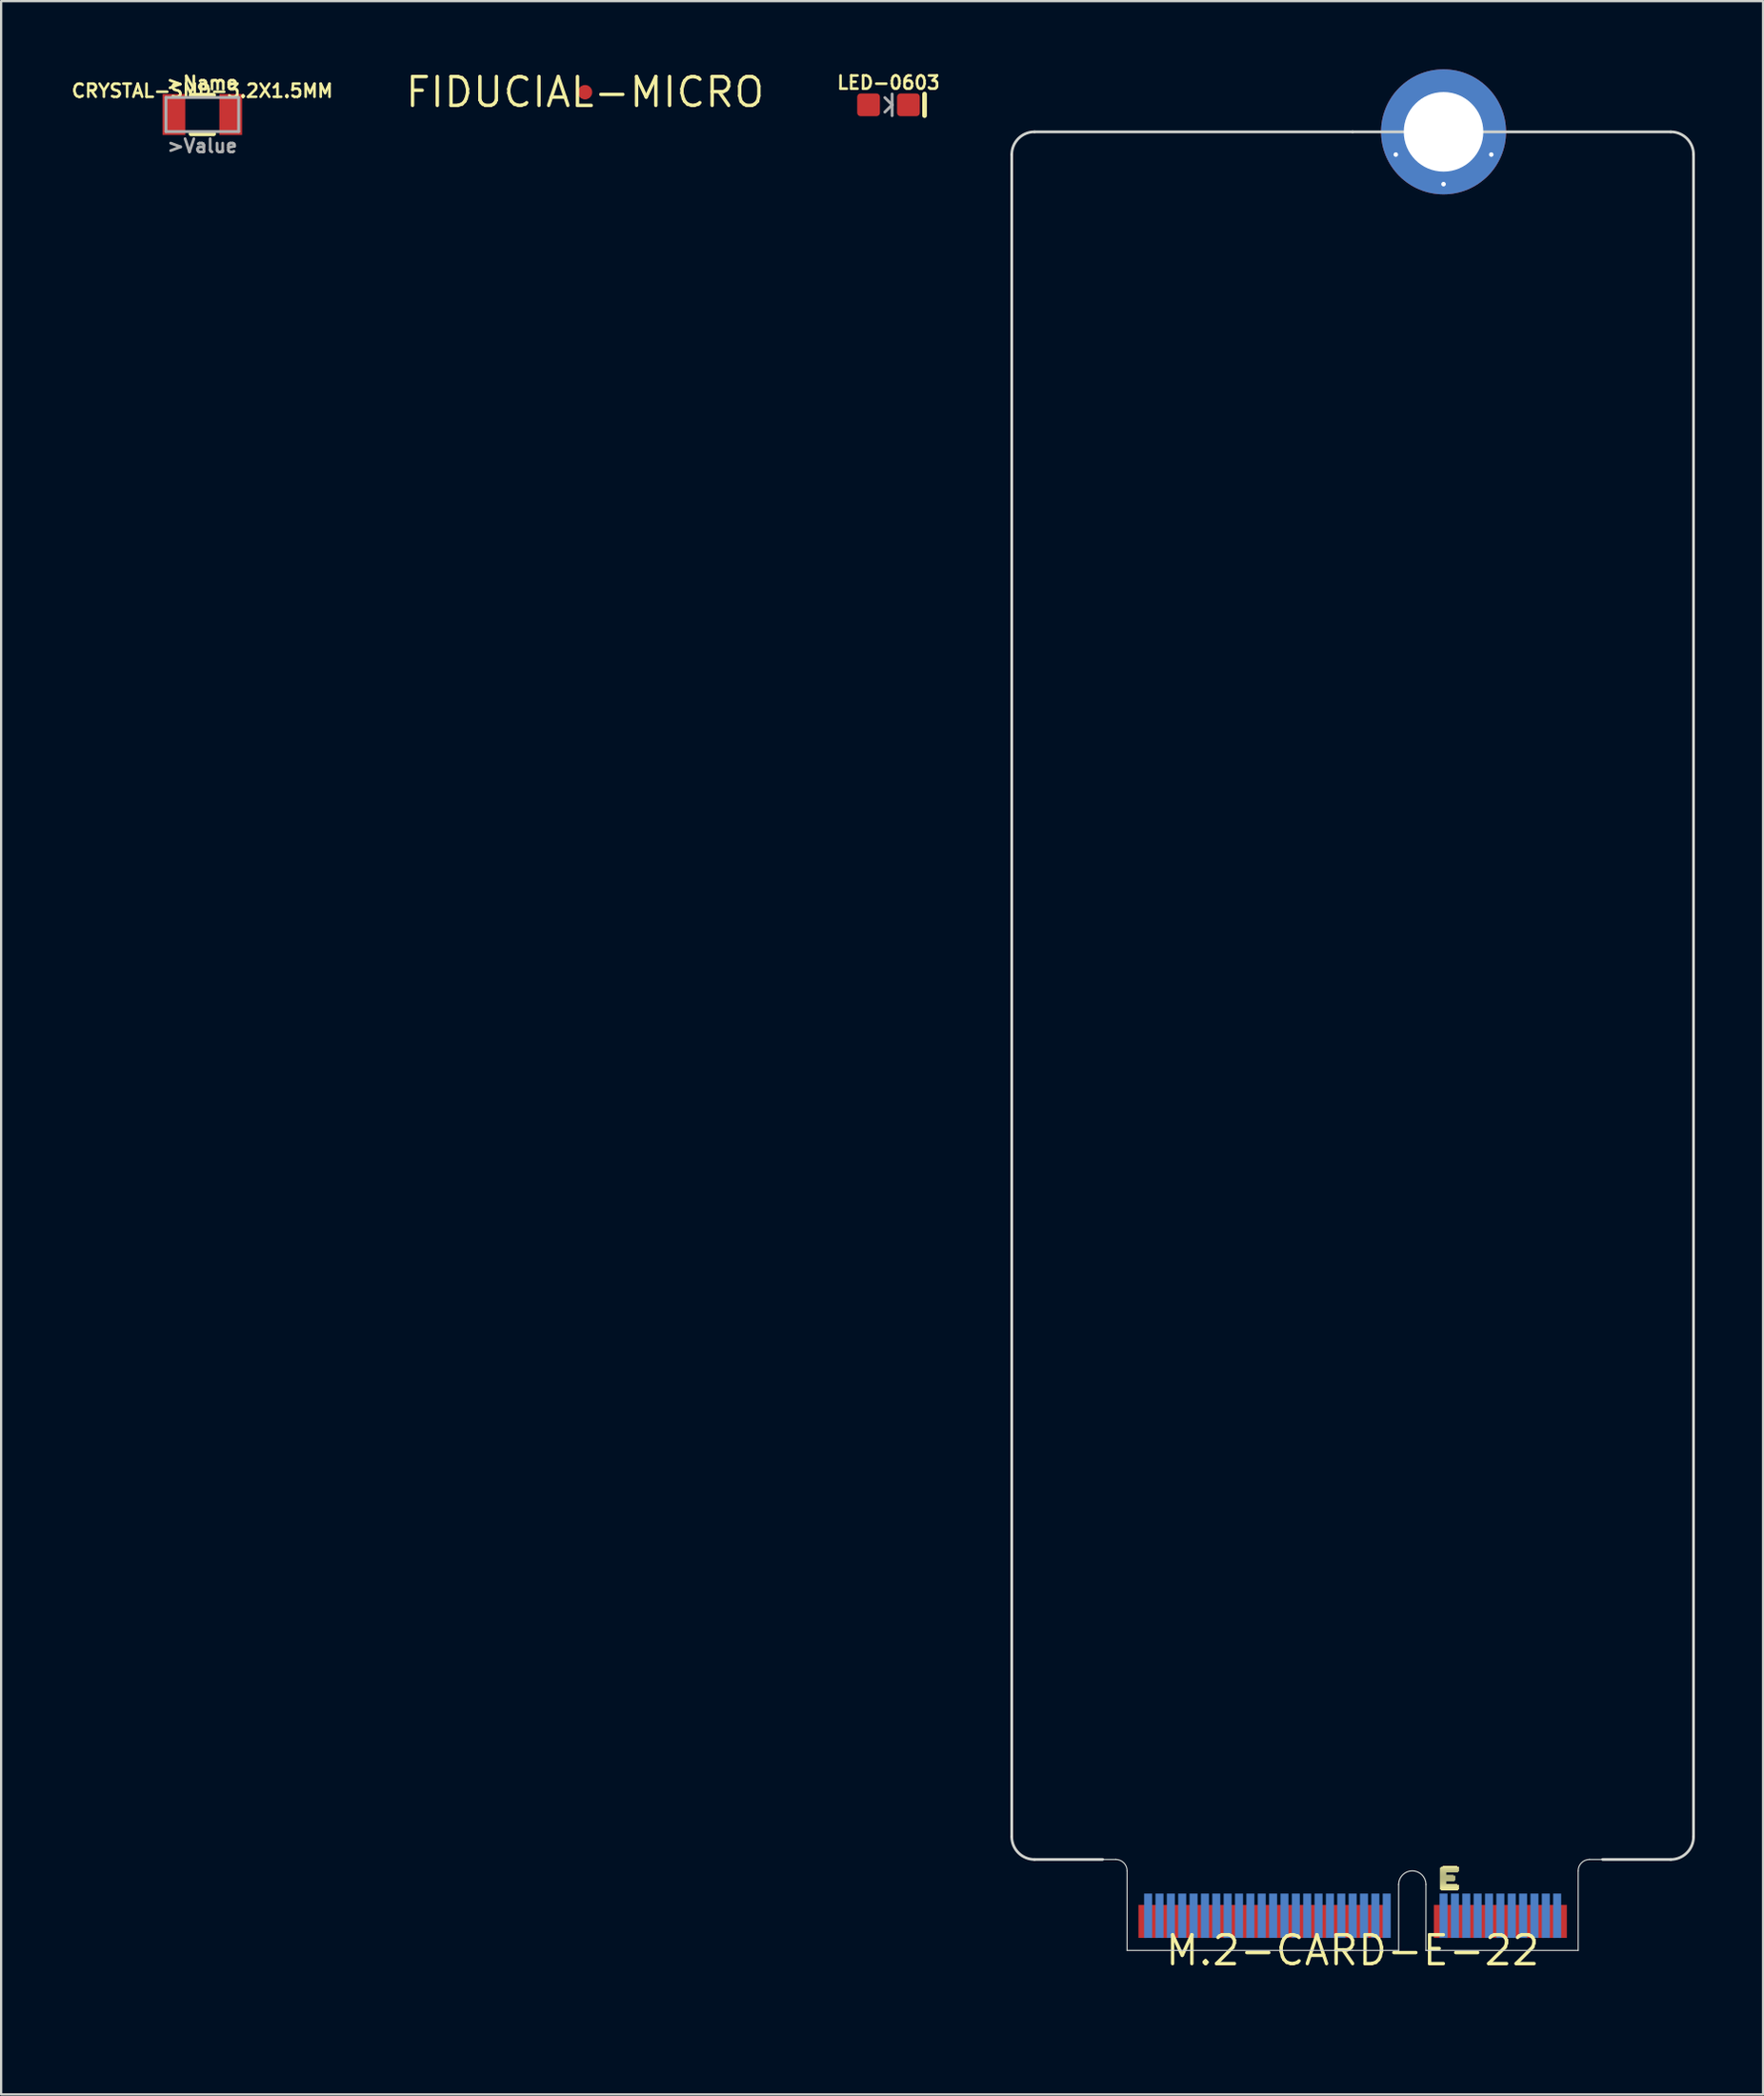
<source format=kicad_pcb>
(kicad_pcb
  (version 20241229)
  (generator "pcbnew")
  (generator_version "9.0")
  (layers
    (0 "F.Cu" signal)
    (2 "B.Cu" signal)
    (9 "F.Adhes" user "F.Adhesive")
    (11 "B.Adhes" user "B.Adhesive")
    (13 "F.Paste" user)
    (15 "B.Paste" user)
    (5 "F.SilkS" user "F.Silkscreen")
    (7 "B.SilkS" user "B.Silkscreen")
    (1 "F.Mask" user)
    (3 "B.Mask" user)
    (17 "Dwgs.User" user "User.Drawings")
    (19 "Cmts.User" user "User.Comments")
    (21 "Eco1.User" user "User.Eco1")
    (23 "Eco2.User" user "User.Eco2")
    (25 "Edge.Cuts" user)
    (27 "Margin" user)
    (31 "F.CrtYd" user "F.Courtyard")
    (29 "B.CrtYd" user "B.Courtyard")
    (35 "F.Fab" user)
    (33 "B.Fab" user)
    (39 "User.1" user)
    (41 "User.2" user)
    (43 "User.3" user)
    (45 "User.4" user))
  (footprint "CRYSTAL-SMD-3.2X1.5MM"
    (layer "F.Cu")
    (at 5.852 1.988)
    (property "Reference" "CRYSTAL-SMD-3.2X1.5MM" (at 0 -1.043 0) (layer "F.SilkS") (effects (font (size 0.579 0.579) (thickness 0.116))))
    (attr through_hole)
    (fp_line (start -0.5 -0.85) (end 0.5 -0.85) (stroke (width 0.203) (type solid)) (layer "F.SilkS"))
    (fp_line (start 0.5 0.85) (end -0.5 0.85) (stroke (width 0.203) (type solid)) (layer "F.SilkS"))
    (fp_line (start -1.6 -0.75) (end 1.6 -0.75) (stroke (width 0.127) (type solid)) (layer "F.Fab"))
    (fp_line (start -1.6 0.75) (end -1.6 -0.75) (stroke (width 0.127) (type solid)) (layer "F.Fab"))
    (fp_line (start 1.6 -0.75) (end 1.6 0.75) (stroke (width 0.127) (type solid)) (layer "F.Fab"))
    (fp_line (start 1.6 0.75) (end -1.6 0.75) (stroke (width 0.127) (type solid)) (layer "F.Fab"))
    (fp_text user ">Name" (at 0 -1.043 0) (layer "F.SilkS") (effects (font (size 0.579 0.579) (thickness 0.122)) (justify bottom)))
    (fp_text user ">Value" (at 0 1.043 0) (layer "F.Fab") (effects (font (size 0.579 0.579) (thickness 0.122)) (justify top)))
    (pad "P$1" smd rect (at -1.25 0) (size 1 1.8) (layers "F.Cu" "F.Mask" "F.Paste"))
    (pad "P$2" smd rect (at 1.25 0) (size 1 1.8) (layers "F.Cu" "F.Mask" "F.Paste")))
  (footprint "LED-0603"
    (layer "F.Cu")
    (at 36.047 1.562)
    (property "Reference" "LED-0603" (at 0 -0.635 0) (layer "F.SilkS") (effects (font (size 0.579 0.579) (thickness 0.116)) (justify bottom)))
    (attr through_hole)
    (fp_line (start 1.587 -0.476) (end 1.587 0.476) (stroke (width 0.203) (type solid)) (layer "F.SilkS"))
    (fp_line (start 0.159 -0.476) (end 0.159 0) (stroke (width 0.127) (type solid)) (layer "F.Fab"))
    (fp_line (start 0.159 0) (end -0.159 -0.318) (stroke (width 0.127) (type solid)) (layer "F.Fab"))
    (fp_line (start 0.159 0) (end -0.159 0.318) (stroke (width 0.127) (type solid)) (layer "F.Fab"))
    (fp_line (start 0.159 0) (end 0.159 0.476) (stroke (width 0.127) (type solid)) (layer "F.Fab"))
    (pad "A" smd roundrect (at -0.877 0 270) (size 1 1) (layers "F.Cu" "F.Mask" "F.Paste") (roundrect_rratio 0.15))
    (pad "C" smd roundrect (at 0.877 0 270) (size 1 1) (layers "F.Cu" "F.Mask" "F.Paste") (roundrect_rratio 0.15)))
  (footprint "FIDUCIAL-MICRO"
    (layer "F.Cu")
    (at 22.694 1.006)
    (property "Reference" "FIDUCIAL-MICRO" (at 0 0 0) (layer "F.SilkS") (effects (font (size 1.27 1.27) (thickness 0.15))))
    (attr through_hole)
    (pad "1" smd roundrect (at 0 0) (size 0.635 0.635) (layers "F.Cu" "F.Mask") (roundrect_rratio 0.5)))
  (footprint "M.2-CARD-E-22"
    (layer "F.Cu")
    (at 56.471 82.75)
    (property "Reference" "M.2-CARD-E-22" (at 0 0 0) (layer "F.SilkS") (effects (font (size 1.27 1.27) (thickness 0.15))))
    (attr through_hole)
    (fp_poly (pts (xy -9.925 0) (xy 2.025 0) (xy 2.025 -2) (xy -9.925 -2)) (stroke (width 0.1) (type solid)) (fill yes) (layer "F.Mask"))
    (fp_poly (pts (xy 3.225 0) (xy 9.925 0) (xy 9.925 -2) (xy 3.225 -2)) (stroke (width 0.1) (type solid)) (fill yes) (layer "F.Mask"))
    (fp_poly (pts (xy -9.925 0) (xy 2.025 0) (xy 2.025 -2.5) (xy -9.925 -2.5)) (stroke (width 0.1) (type solid)) (fill yes) (layer "B.Mask"))
    (fp_poly (pts (xy 3.225 0) (xy 9.925 0) (xy 9.925 -2.5) (xy 3.225 -2.5)) (stroke (width 0.1) (type solid)) (fill yes) (layer "B.Mask"))
    (fp_poly (pts (xy 3.841 -3.6) (xy 4.681 -3.6) (xy 4.681 -3.64) (xy 3.841 -3.64)) (stroke (width 0) (type solid)) (fill yes) (layer "F.SilkS"))
    (fp_poly (pts (xy 3.841 -3.56) (xy 4.681 -3.56) (xy 4.681 -3.6) (xy 3.841 -3.6)) (stroke (width 0) (type solid)) (fill yes) (layer "F.SilkS"))
    (fp_poly (pts (xy 3.841 -3.52) (xy 4.681 -3.52) (xy 4.681 -3.56) (xy 3.841 -3.56)) (stroke (width 0) (type solid)) (fill yes) (layer "F.SilkS"))
    (fp_poly (pts (xy 3.841 -3.48) (xy 4.681 -3.48) (xy 4.681 -3.52) (xy 3.841 -3.52)) (stroke (width 0) (type solid)) (fill yes) (layer "F.SilkS"))
    (fp_poly (pts (xy 3.841 -3.44) (xy 4.641 -3.44) (xy 4.641 -3.48) (xy 3.841 -3.48)) (stroke (width 0) (type solid)) (fill yes) (layer "F.SilkS"))
    (fp_poly (pts (xy 3.841 -3.4) (xy 4.121 -3.4) (xy 4.121 -3.44) (xy 3.841 -3.44)) (stroke (width 0) (type solid)) (fill yes) (layer "F.SilkS"))
    (fp_poly (pts (xy 3.841 -3.36) (xy 4.121 -3.36) (xy 4.121 -3.4) (xy 3.841 -3.4)) (stroke (width 0) (type solid)) (fill yes) (layer "F.SilkS"))
    (fp_poly (pts (xy 3.841 -3.32) (xy 4.121 -3.32) (xy 4.121 -3.36) (xy 3.841 -3.36)) (stroke (width 0) (type solid)) (fill yes) (layer "F.SilkS"))
    (fp_poly (pts (xy 3.841 -3.28) (xy 4.441 -3.28) (xy 4.441 -3.32) (xy 3.841 -3.32)) (stroke (width 0) (type solid)) (fill yes) (layer "F.SilkS"))
    (fp_poly (pts (xy 3.841 -3.24) (xy 4.521 -3.24) (xy 4.521 -3.28) (xy 3.841 -3.28)) (stroke (width 0) (type solid)) (fill yes) (layer "F.SilkS"))
    (fp_poly (pts (xy 3.841 -3.2) (xy 4.521 -3.2) (xy 4.521 -3.24) (xy 3.841 -3.24)) (stroke (width 0) (type solid)) (fill yes) (layer "F.SilkS"))
    (fp_poly (pts (xy 3.841 -3.16) (xy 4.521 -3.16) (xy 4.521 -3.2) (xy 3.841 -3.2)) (stroke (width 0) (type solid)) (fill yes) (layer "F.SilkS"))
    (fp_poly (pts (xy 3.841 -3.12) (xy 4.521 -3.12) (xy 4.521 -3.16) (xy 3.841 -3.16)) (stroke (width 0) (type solid)) (fill yes) (layer "F.SilkS"))
    (fp_poly (pts (xy 3.841 -3.08) (xy 4.521 -3.08) (xy 4.521 -3.12) (xy 3.841 -3.12)) (stroke (width 0) (type solid)) (fill yes) (layer "F.SilkS"))
    (fp_poly (pts (xy 3.841 -3.04) (xy 4.481 -3.04) (xy 4.481 -3.08) (xy 3.841 -3.08)) (stroke (width 0) (type solid)) (fill yes) (layer "F.SilkS"))
    (fp_poly (pts (xy 3.841 -3) (xy 4.121 -3) (xy 4.121 -3.04) (xy 3.841 -3.04)) (stroke (width 0) (type solid)) (fill yes) (layer "F.SilkS"))
    (fp_poly (pts (xy 3.841 -2.96) (xy 4.121 -2.96) (xy 4.121 -3) (xy 3.841 -3)) (stroke (width 0) (type solid)) (fill yes) (layer "F.SilkS"))
    (fp_poly (pts (xy 3.841 -2.92) (xy 4.121 -2.92) (xy 4.121 -2.96) (xy 3.841 -2.96)) (stroke (width 0) (type solid)) (fill yes) (layer "F.SilkS"))
    (fp_poly (pts (xy 3.841 -2.88) (xy 4.601 -2.88) (xy 4.601 -2.92) (xy 3.841 -2.92)) (stroke (width 0) (type solid)) (fill yes) (layer "F.SilkS"))
    (fp_poly (pts (xy 3.841 -2.84) (xy 4.681 -2.84) (xy 4.681 -2.88) (xy 3.841 -2.88)) (stroke (width 0) (type solid)) (fill yes) (layer "F.SilkS"))
    (fp_poly (pts (xy 3.841 -2.8) (xy 4.681 -2.8) (xy 4.681 -2.84) (xy 3.841 -2.84)) (stroke (width 0) (type solid)) (fill yes) (layer "F.SilkS"))
    (fp_poly (pts (xy 3.841 -2.76) (xy 4.681 -2.76) (xy 4.681 -2.8) (xy 3.841 -2.8)) (stroke (width 0) (type solid)) (fill yes) (layer "F.SilkS"))
    (fp_poly (pts (xy 3.841 -2.72) (xy 4.681 -2.72) (xy 4.681 -2.76) (xy 3.841 -2.76)) (stroke (width 0) (type solid)) (fill yes) (layer "F.SilkS"))
    (fp_poly (pts (xy 3.841 -2.68) (xy 4.681 -2.68) (xy 4.681 -2.72) (xy 3.841 -2.72)) (stroke (width 0) (type solid)) (fill yes) (layer "F.SilkS"))
    (fp_poly (pts (xy 3.881 -3.64) (xy 4.681 -3.64) (xy 4.681 -3.68) (xy 3.881 -3.68)) (stroke (width 0) (type solid)) (fill yes) (layer "F.SilkS"))
    (fp_poly (pts (xy 3.881 -2.64) (xy 4.641 -2.64) (xy 4.641 -2.68) (xy 3.881 -2.68)) (stroke (width 0) (type solid)) (fill yes) (layer "F.SilkS"))
    (fp_poly (pts (xy 3.961 -3.68) (xy 4.601 -3.68) (xy 4.601 -3.72) (xy 3.961 -3.72)) (stroke (width 0) (type solid)) (fill yes) (layer "F.SilkS"))
    (fp_line (start -15 -79) (end -15 -5) (stroke (width 0.12) (type solid)) (layer "Edge.Cuts"))
    (fp_line (start -14 -4) (end -11 -4) (stroke (width 0.12) (type solid)) (layer "Edge.Cuts"))
    (fp_line (start -11 -4) (end -10.425 -4) (stroke (width 0.05) (type solid)) (layer "Edge.Cuts"))
    (fp_line (start -9.925 -3.5) (end -9.925 0) (stroke (width 0.05) (type solid)) (layer "Edge.Cuts"))
    (fp_line (start -9.925 0) (end 0 0) (stroke (width 0.05) (type solid)) (layer "Edge.Cuts"))
    (fp_line (start 0 -80) (end -14 -80) (stroke (width 0.12) (type solid)) (layer "Edge.Cuts"))
    (fp_line (start 0 -80) (end 14 -80) (stroke (width 0.12) (type solid)) (layer "Edge.Cuts"))
    (fp_line (start 0 0) (end 2.025 0) (stroke (width 0.05) (type solid)) (layer "Edge.Cuts"))
    (fp_line (start 2.025 0) (end 2.025 -2.9) (stroke (width 0.05) (type solid)) (layer "Edge.Cuts"))
    (fp_line (start 3.225 -2.9) (end 3.225 0) (stroke (width 0.05) (type solid)) (layer "Edge.Cuts"))
    (fp_line (start 3.225 0) (end 9.925 0) (stroke (width 0.05) (type solid)) (layer "Edge.Cuts"))
    (fp_line (start 9.925 0) (end 9.925 -3.5) (stroke (width 0.05) (type solid)) (layer "Edge.Cuts"))
    (fp_line (start 10.425 -4) (end 11 -4) (stroke (width 0.05) (type solid)) (layer "Edge.Cuts"))
    (fp_line (start 14 -4) (end 11 -4) (stroke (width 0.12) (type solid)) (layer "Edge.Cuts"))
    (fp_line (start 15 -5) (end 15 -79) (stroke (width 0.12) (type solid)) (layer "Edge.Cuts"))
    (fp_arc (start -15 -79) (mid -14.707107 -79.707107) (end -14 -80) (stroke (width 0.12) (type solid)) (layer "Edge.Cuts"))
    (fp_arc (start -14 -4) (mid -14.707107 -4.292893) (end -15 -5) (stroke (width 0.12) (type solid)) (layer "Edge.Cuts"))
    (fp_arc (start -10.425 -4) (mid -10.071447 -3.853553) (end -9.925 -3.5) (stroke (width 0.05) (type solid)) (layer "Edge.Cuts"))
    (fp_arc (start 2.025 -2.9) (mid 2.625 -3.5) (end 3.225 -2.9) (stroke (width 0.05) (type solid)) (layer "Edge.Cuts"))
    (fp_arc (start 9.925 -3.5) (mid 10.071447 -3.853553) (end 10.425 -4) (stroke (width 0.05) (type solid)) (layer "Edge.Cuts"))
    (fp_arc (start 14 -80) (mid 14.707107 -79.707107) (end 15 -79) (stroke (width 0.12) (type solid)) (layer "Edge.Cuts"))
    (fp_arc (start 15 -5) (mid 14.707107 -4.292893) (end 14 -4) (stroke (width 0.12) (type solid)) (layer "Edge.Cuts"))
    (fp_text user "0.8mm PCB" (at -0.02 2.27 0) (layer "Edge.Cuts") (effects (font (size 0.724 0.724) (thickness 0.114)) (justify right top)))
    (fp_text user "Chamfered Edge" (at -0.02 1 0) (layer "Edge.Cuts") (effects (font (size 0.724 0.724) (thickness 0.114)) (justify right top)))
    (pad "1" smd rect (at 9.25 -1.275) (size 0.35 1.45) (layers "F.Cu"))
    (pad "2" smd rect (at 9 -1.525) (size 0.35 1.95) (layers "B.Cu"))
    (pad "3" smd rect (at 8.75 -1.275) (size 0.35 1.45) (layers "F.Cu"))
    (pad "4" smd rect (at 8.5 -1.525) (size 0.35 1.95) (layers "B.Cu"))
    (pad "5" smd rect (at 8.25 -1.275) (size 0.35 1.45) (layers "F.Cu"))
    (pad "6" smd rect (at 8 -1.525) (size 0.35 1.95) (layers "B.Cu"))
    (pad "7" smd rect (at 7.75 -1.275) (size 0.35 1.45) (layers "F.Cu"))
    (pad "8" smd rect (at 7.5 -1.525) (size 0.35 1.95) (layers "B.Cu"))
    (pad "9" smd rect (at 7.25 -1.275) (size 0.35 1.45) (layers "F.Cu"))
    (pad "10" smd rect (at 7 -1.525) (size 0.35 1.95) (layers "B.Cu"))
    (pad "11" smd rect (at 6.75 -1.275) (size 0.35 1.45) (layers "F.Cu"))
    (pad "12" smd rect (at 6.5 -1.525) (size 0.35 1.95) (layers "B.Cu"))
    (pad "13" smd rect (at 6.25 -1.275) (size 0.35 1.45) (layers "F.Cu"))
    (pad "14" smd rect (at 6 -1.525) (size 0.35 1.95) (layers "B.Cu"))
    (pad "15" smd rect (at 5.75 -1.275) (size 0.35 1.45) (layers "F.Cu"))
    (pad "16" smd rect (at 5.5 -1.525) (size 0.35 1.95) (layers "B.Cu"))
    (pad "17" smd rect (at 5.25 -1.275) (size 0.35 1.45) (layers "F.Cu"))
    (pad "18" smd rect (at 5 -1.525) (size 0.35 1.95) (layers "B.Cu"))
    (pad "19" smd rect (at 4.75 -1.275) (size 0.35 1.45) (layers "F.Cu"))
    (pad "20" smd rect (at 4.5 -1.525) (size 0.35 1.95) (layers "B.Cu"))
    (pad "21" smd rect (at 4.25 -1.275) (size 0.35 1.45) (layers "F.Cu"))
    (pad "22" smd rect (at 4 -1.525) (size 0.35 1.95) (layers "B.Cu"))
    (pad "23" smd rect (at 3.75 -1.275) (size 0.35 1.45) (layers "F.Cu"))
    (pad "32" smd rect (at 1.5 -1.525) (size 0.35 1.95) (layers "B.Cu"))
    (pad "33" smd rect (at 1.25 -1.275) (size 0.35 1.45) (layers "F.Cu"))
    (pad "34" smd rect (at 1 -1.525) (size 0.35 1.95) (layers "B.Cu"))
    (pad "35" smd rect (at 0.75 -1.275) (size 0.35 1.45) (layers "F.Cu"))
    (pad "36" smd rect (at 0.5 -1.525) (size 0.35 1.95) (layers "B.Cu"))
    (pad "37" smd rect (at 0.25 -1.275) (size 0.35 1.45) (layers "F.Cu"))
    (pad "38" smd rect (at 0 -1.525) (size 0.35 1.95) (layers "B.Cu"))
    (pad "39" smd rect (at -0.25 -1.275) (size 0.35 1.45) (layers "F.Cu"))
    (pad "40" smd rect (at -0.5 -1.525) (size 0.35 1.95) (layers "B.Cu"))
    (pad "41" smd rect (at -0.75 -1.275) (size 0.35 1.45) (layers "F.Cu"))
    (pad "42" smd rect (at -1 -1.525) (size 0.35 1.95) (layers "B.Cu"))
    (pad "43" smd rect (at -1.25 -1.275) (size 0.35 1.45) (layers "F.Cu"))
    (pad "44" smd rect (at -1.5 -1.525) (size 0.35 1.95) (layers "B.Cu"))
    (pad "45" smd rect (at -1.75 -1.275) (size 0.35 1.45) (layers "F.Cu"))
    (pad "46" smd rect (at -2 -1.525) (size 0.35 1.95) (layers "B.Cu"))
    (pad "47" smd rect (at -2.25 -1.275) (size 0.35 1.45) (layers "F.Cu"))
    (pad "48" smd rect (at -2.5 -1.525) (size 0.35 1.95) (layers "B.Cu"))
    (pad "49" smd rect (at -2.75 -1.275) (size 0.35 1.45) (layers "F.Cu"))
    (pad "50" smd rect (at -3 -1.525) (size 0.35 1.95) (layers "B.Cu"))
    (pad "51" smd rect (at -3.25 -1.275) (size 0.35 1.45) (layers "F.Cu"))
    (pad "52" smd rect (at -3.5 -1.525) (size 0.35 1.95) (layers "B.Cu"))
    (pad "53" smd rect (at -3.75 -1.275) (size 0.35 1.45) (layers "F.Cu"))
    (pad "54" smd rect (at -4 -1.525) (size 0.35 1.95) (layers "B.Cu"))
    (pad "55" smd rect (at -4.25 -1.275) (size 0.35 1.45) (layers "F.Cu"))
    (pad "56" smd rect (at -4.5 -1.525) (size 0.35 1.95) (layers "B.Cu"))
    (pad "57" smd rect (at -4.75 -1.275) (size 0.35 1.45) (layers "F.Cu"))
    (pad "58" smd rect (at -5 -1.525) (size 0.35 1.95) (layers "B.Cu"))
    (pad "59" smd rect (at -5.25 -1.275) (size 0.35 1.45) (layers "F.Cu"))
    (pad "60" smd rect (at -5.5 -1.525) (size 0.35 1.95) (layers "B.Cu"))
    (pad "61" smd rect (at -5.75 -1.275) (size 0.35 1.45) (layers "F.Cu"))
    (pad "62" smd rect (at -6 -1.525) (size 0.35 1.95) (layers "B.Cu"))
    (pad "63" smd rect (at -6.25 -1.275) (size 0.35 1.45) (layers "F.Cu"))
    (pad "64" smd rect (at -6.5 -1.525) (size 0.35 1.95) (layers "B.Cu"))
    (pad "65" smd rect (at -6.75 -1.275) (size 0.35 1.45) (layers "F.Cu"))
    (pad "66" smd rect (at -7 -1.525) (size 0.35 1.95) (layers "B.Cu"))
    (pad "67" smd rect (at -7.25 -1.275) (size 0.35 1.45) (layers "F.Cu"))
    (pad "68" smd rect (at -7.5 -1.525) (size 0.35 1.95) (layers "B.Cu"))
    (pad "69" smd rect (at -7.75 -1.275) (size 0.35 1.45) (layers "F.Cu"))
    (pad "70" smd rect (at -8 -1.525) (size 0.35 1.95) (layers "B.Cu"))
    (pad "71" smd rect (at -8.25 -1.275) (size 0.35 1.45) (layers "F.Cu"))
    (pad "72" smd rect (at -8.5 -1.525) (size 0.35 1.95) (layers "B.Cu"))
    (pad "73" smd rect (at -8.75 -1.275) (size 0.35 1.45) (layers "F.Cu"))
    (pad "74" smd rect (at -9 -1.525) (size 0.35 1.95) (layers "B.Cu"))
    (pad "75" smd rect (at -9.25 -1.275) (size 0.35 1.45) (layers "F.Cu"))
    (pad "GND1" thru_hole circle (at 1.9 -79) (size 0.454 0.454) (drill 0.2) (layers "*.Cu" "*.Mask"))
    (pad "GND2" thru_hole circle (at 4 -77.7) (size 0.454 0.454) (drill 0.2) (layers "*.Cu" "*.Mask"))
    (pad "GND3" thru_hole circle (at 6.1 -79) (size 0.454 0.454) (drill 0.2) (layers "*.Cu" "*.Mask"))
    (pad "MH" thru_hole circle (at 4 -80) (size 5.5 5.5) (drill 3.5) (property pad_prop_castellated) (layers "*.Cu" "*.Mask"))
    (zone (net_name "") (layers "F.Cu" "B.Cu") (name "No Parts") (hatch edge 0.508) (connect_pads) (min_thickness 0.254) (filled_areas_thickness no) (keepout (tracks allowed) (vias allowed) (pads allowed) (copperpour allowed) (footprints allowed)) (placement (enabled no)) (fill) (polygon (pts (xy 71.471 82.75) (xy 41.471 82.75) (xy 41.471 77.55) (xy 71.471 77.55)))))
  (gr_rect
    (start -3 -3)
    (end 74.531 89.087)
    (stroke (width 0.1) (type default))
    (fill no)
    (layer "Edge.Cuts")))
</source>
